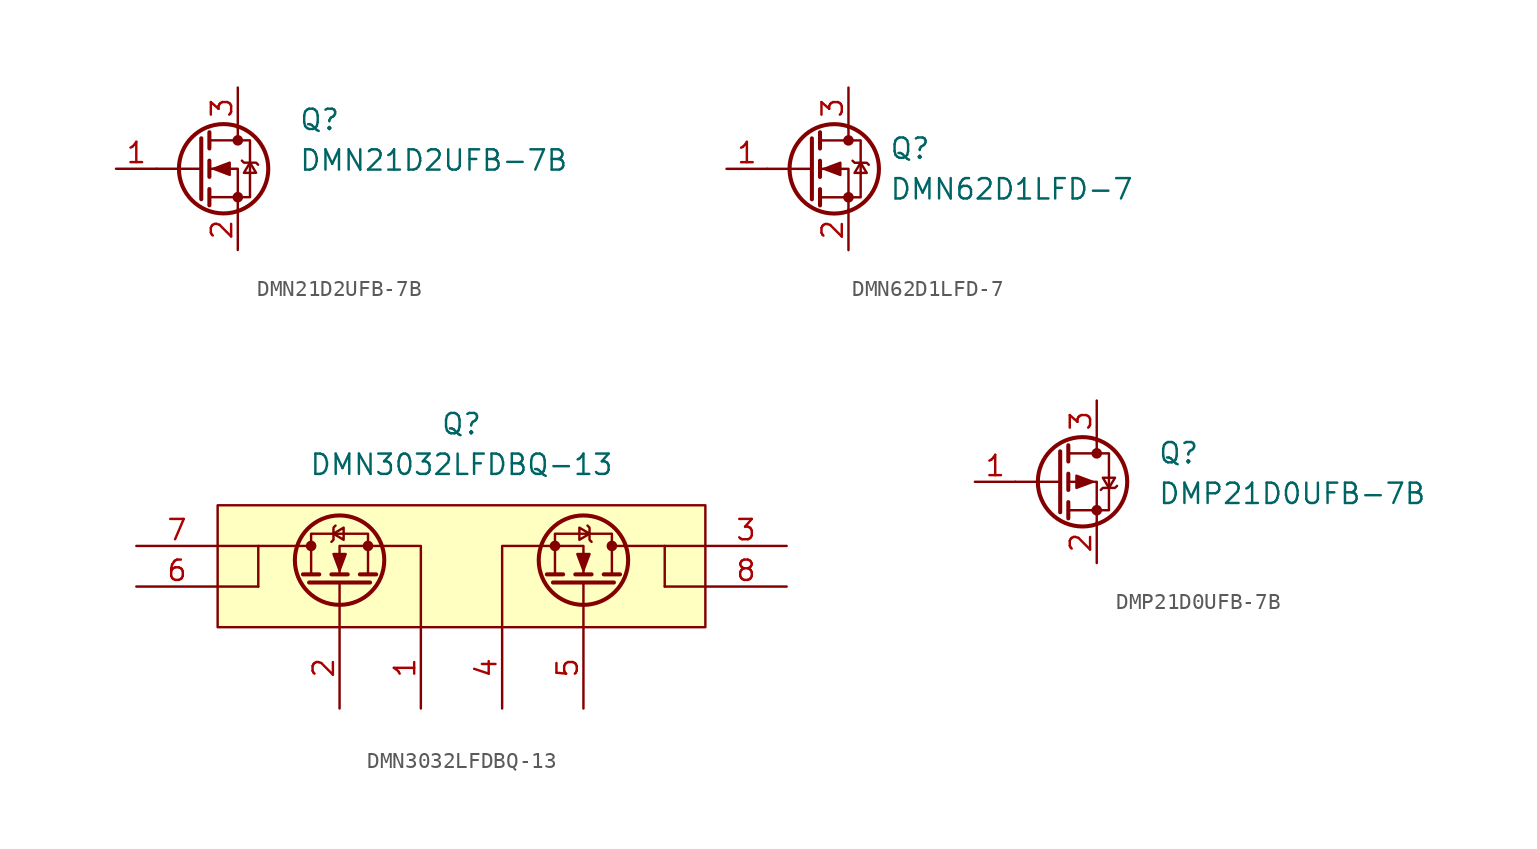
<source format=kicad_sym>
(kicad_symbol_lib
  (version 20241209)
  (generator "kicad_symbol_editor")
  (generator_version "9.0")
  (symbol "DMN21D2UFB-7B"
    (pin_names
      (hide yes))
    (property "Reference" "Q"
      (at 11.43 3.81 0)
      (effects (font (size 1.27 1.27)) (justify left top)))
    (property "Value" "DMN21D2UFB-7B"
      (at 11.43 1.27 0)
      (effects (font (size 1.27 1.27)) (justify left top)))
    (symbol "DMN21D2UFB-7B_0_1"
      (polyline (pts (xy 5.334 1.905) (xy 5.334 -1.905)) (stroke (width 0.254) (type default)) (fill (type none)))
      (polyline (pts (xy 5.334 0) (xy 2.54 0)) (stroke (width 0) (type default)) (fill (type none)))
      (polyline (pts (xy 5.842 2.286) (xy 5.842 1.27)) (stroke (width 0.254) (type default)) (fill (type none)))
      (polyline (pts (xy 5.842 0.508) (xy 5.842 -0.508)) (stroke (width 0.254) (type default)) (fill (type none)))
      (polyline (pts (xy 5.842 -1.27) (xy 5.842 -2.286)) (stroke (width 0.254) (type default)) (fill (type none)))
      (polyline (pts (xy 5.842 -1.778) (xy 8.382 -1.778) (xy 8.382 1.778) (xy 5.842 1.778)) (stroke (width 0) (type default)) (fill (type none)))
      (polyline (pts (xy 6.096 0) (xy 7.112 0.381) (xy 7.112 -0.381) (xy 6.096 0)) (stroke (width 0) (type default)) (fill (type outline)))
      (circle (center 6.731 0) (radius 2.794) (stroke (width 0.254) (type default)) (fill (type none)))
      (polyline (pts (xy 7.62 2.54) (xy 7.62 1.778)) (stroke (width 0) (type default)) (fill (type none)))
      (circle (center 7.62 1.778) (radius 0.254) (stroke (width 0) (type default)) (fill (type outline)))
      (circle (center 7.62 -1.778) (radius 0.254) (stroke (width 0) (type default)) (fill (type outline)))
      (polyline (pts (xy 7.62 -2.54) (xy 7.62 0) (xy 5.842 0)) (stroke (width 0) (type default)) (fill (type none)))
      (polyline (pts (xy 7.874 0.508) (xy 8.001 0.381) (xy 8.763 0.381) (xy 8.89 0.254)) (stroke (width 0) (type default)) (fill (type none)))
      (polyline (pts (xy 8.382 0.381) (xy 8.001 -0.254) (xy 8.763 -0.254) (xy 8.382 0.381)) (stroke (width 0) (type default)) (fill (type none))))
    (symbol "DMN21D2UFB-7B_1_1"
      (pin input line (at 0 0 0) (length 2.54) (name "G" (effects (font (size 1.27 1.27)))) (number "1" (effects (font (size 1.27 1.27)))))
      (pin passive line (at 7.62 5.08 270) (length 2.54) (name "D" (effects (font (size 1.27 1.27)))) (number "3" (effects (font (size 1.27 1.27)))))
      (pin passive line (at 7.62 -5.08 90) (length 2.54) (name "S" (effects (font (size 1.27 1.27)))) (number "2" (effects (font (size 1.27 1.27)))))))
  (symbol "DMN62D1LFD-7"
    (pin_names
      (hide yes))
    (property "Reference" "Q"
      (at 10.16 1.27 0)
      (effects (font (size 1.27 1.27)) (justify left)))
    (property "Value" "DMN62D1LFD-7"
      (at 10.16 -1.27 0)
      (effects (font (size 1.27 1.27)) (justify left)))
    (symbol "DMN62D1LFD-7_0_1"
      (polyline (pts (xy 5.334 1.905) (xy 5.334 -1.905)) (stroke (width 0.254) (type default)) (fill (type none)))
      (polyline (pts (xy 5.334 0) (xy 2.54 0)) (stroke (width 0) (type default)) (fill (type none)))
      (polyline (pts (xy 5.842 2.286) (xy 5.842 1.27)) (stroke (width 0.254) (type default)) (fill (type none)))
      (polyline (pts (xy 5.842 0.508) (xy 5.842 -0.508)) (stroke (width 0.254) (type default)) (fill (type none)))
      (polyline (pts (xy 5.842 -1.27) (xy 5.842 -2.286)) (stroke (width 0.254) (type default)) (fill (type none)))
      (polyline (pts (xy 5.842 -1.778) (xy 8.382 -1.778) (xy 8.382 1.778) (xy 5.842 1.778)) (stroke (width 0) (type default)) (fill (type none)))
      (polyline (pts (xy 6.096 0) (xy 7.112 0.381) (xy 7.112 -0.381) (xy 6.096 0)) (stroke (width 0) (type default)) (fill (type outline)))
      (circle (center 6.731 0) (radius 2.794) (stroke (width 0.254) (type default)) (fill (type none)))
      (polyline (pts (xy 7.62 2.54) (xy 7.62 1.778)) (stroke (width 0) (type default)) (fill (type none)))
      (circle (center 7.62 1.778) (radius 0.254) (stroke (width 0) (type default)) (fill (type outline)))
      (circle (center 7.62 -1.778) (radius 0.254) (stroke (width 0) (type default)) (fill (type outline)))
      (polyline (pts (xy 7.62 -2.54) (xy 7.62 0) (xy 5.842 0)) (stroke (width 0) (type default)) (fill (type none)))
      (polyline (pts (xy 7.874 0.508) (xy 8.001 0.381) (xy 8.763 0.381) (xy 8.89 0.254)) (stroke (width 0) (type default)) (fill (type none)))
      (polyline (pts (xy 8.382 0.381) (xy 8.001 -0.254) (xy 8.763 -0.254) (xy 8.382 0.381)) (stroke (width 0) (type default)) (fill (type none))))
    (symbol "DMN62D1LFD-7_1_1"
      (pin input line (at 0 0 0) (length 2.54) (name "G" (effects (font (size 1.27 1.27)))) (number "1" (effects (font (size 1.27 1.27)))))
      (pin passive line (at 7.62 5.08 270) (length 2.54) (name "D" (effects (font (size 1.27 1.27)))) (number "3" (effects (font (size 1.27 1.27)))))
      (pin passive line (at 7.62 5.08 270) (length 2.54) (hide yes) (name "D" (effects (font (size 1.27 1.27)))) (number "4" (effects (font (size 1.27 1.27)))))
      (pin passive line (at 7.62 -5.08 90) (length 2.54) (name "S" (effects (font (size 1.27 1.27)))) (number "2" (effects (font (size 1.27 1.27)))))))
  (symbol "DMN3032LFDBQ-13"
    (pin_names
      (hide yes))
    (property "Reference" "Q"
      (at 0 7.62 0)
      (effects (font (size 1.27 1.27))))
    (property "Value" "DMN3032LFDBQ-13"
      (at 0 5.08 0)
      (effects (font (size 1.27 1.27))))
    (symbol "DMN3032LFDBQ-13_0_1"
      (polyline (pts (xy -15.24 0) (xy -12.7 0)) (stroke (width 0) (type default)) (fill (type none)))
      (polyline (pts (xy -15.24 -2.54) (xy -12.7 -2.54)) (stroke (width 0) (type default)) (fill (type none)))
      (polyline (pts (xy -10.16 0) (xy -9.398 0)) (stroke (width 0) (type default)) (fill (type none)))
      (polyline (pts (xy -10.16 0) (xy -12.7 0) (xy -12.7 -2.54)) (stroke (width 0) (type default)) (fill (type none)))
      (polyline (pts (xy -9.906 -1.778) (xy -8.89 -1.778)) (stroke (width 0.254) (type default)) (fill (type none)))
      (polyline (pts (xy -9.525 -2.286) (xy -5.715 -2.286)) (stroke (width 0.254) (type default)) (fill (type none)))
      (circle (center -9.398 0) (radius 0.254) (stroke (width 0) (type default)) (fill (type outline)))
      (polyline (pts (xy -8.128 0.254) (xy -8.001 0.381) (xy -8.001 1.143) (xy -7.874 1.27)) (stroke (width 0) (type default)) (fill (type none)))
      (polyline (pts (xy -8.128 -1.778) (xy -7.112 -1.778)) (stroke (width 0.254) (type default)) (fill (type none)))
      (polyline (pts (xy -8.001 0.762) (xy -7.366 0.381) (xy -7.366 1.143) (xy -8.001 0.762)) (stroke (width 0) (type default)) (fill (type none)))
      (circle (center -7.62 -0.889) (radius 2.794) (stroke (width 0.254) (type default)) (fill (type none)))
      (polyline (pts (xy -7.62 -1.524) (xy -8.001 -0.508) (xy -7.239 -0.508) (xy -7.62 -1.524)) (stroke (width 0) (type default)) (fill (type outline)))
      (polyline (pts (xy -7.62 -2.286) (xy -7.62 -5.08)) (stroke (width 0) (type default)) (fill (type none)))
      (polyline (pts (xy -6.35 -1.778) (xy -5.334 -1.778)) (stroke (width 0.254) (type default)) (fill (type none)))
      (circle (center -5.842 0) (radius 0.254) (stroke (width 0) (type default)) (fill (type outline)))
      (polyline (pts (xy -5.842 -1.778) (xy -5.842 0.762) (xy -9.398 0.762) (xy -9.398 -1.778)) (stroke (width 0) (type default)) (fill (type none)))
      (polyline (pts (xy -5.08 0) (xy -7.62 0) (xy -7.62 -1.778)) (stroke (width 0) (type default)) (fill (type none)))
      (polyline (pts (xy -2.54 -5.08) (xy -2.54 0) (xy -5.08 0)) (stroke (width 0) (type default)) (fill (type none)))
      (polyline (pts (xy 2.54 -5.08) (xy 2.54 0) (xy 5.08 0)) (stroke (width 0) (type default)) (fill (type none)))
      (polyline (pts (xy 5.08 0) (xy 7.62 0) (xy 7.62 -1.778)) (stroke (width 0) (type default)) (fill (type none)))
      (circle (center 5.842 0) (radius 0.254) (stroke (width 0) (type default)) (fill (type outline)))
      (polyline (pts (xy 5.842 -1.778) (xy 5.842 0.762) (xy 9.398 0.762) (xy 9.398 -1.778)) (stroke (width 0) (type default)) (fill (type none)))
      (polyline (pts (xy 6.35 -1.778) (xy 5.334 -1.778)) (stroke (width 0.254) (type default)) (fill (type none)))
      (circle (center 7.62 -0.889) (radius 2.794) (stroke (width 0.254) (type default)) (fill (type none)))
      (polyline (pts (xy 7.62 -1.524) (xy 8.001 -0.508) (xy 7.239 -0.508) (xy 7.62 -1.524)) (stroke (width 0) (type default)) (fill (type outline)))
      (polyline (pts (xy 7.62 -2.286) (xy 7.62 -5.08)) (stroke (width 0) (type default)) (fill (type none)))
      (polyline (pts (xy 8.001 0.762) (xy 7.366 0.381) (xy 7.366 1.143) (xy 8.001 0.762)) (stroke (width 0) (type default)) (fill (type none)))
      (polyline (pts (xy 8.128 0.254) (xy 8.001 0.381) (xy 8.001 1.143) (xy 7.874 1.27)) (stroke (width 0) (type default)) (fill (type none)))
      (polyline (pts (xy 8.128 -1.778) (xy 7.112 -1.778)) (stroke (width 0.254) (type default)) (fill (type none)))
      (circle (center 9.398 0) (radius 0.254) (stroke (width 0) (type default)) (fill (type outline)))
      (polyline (pts (xy 9.525 -2.286) (xy 5.715 -2.286)) (stroke (width 0.254) (type default)) (fill (type none)))
      (polyline (pts (xy 9.906 -1.778) (xy 8.89 -1.778)) (stroke (width 0.254) (type default)) (fill (type none)))
      (polyline (pts (xy 10.16 0) (xy 9.398 0)) (stroke (width 0) (type default)) (fill (type none)))
      (polyline (pts (xy 10.16 0) (xy 12.7 0) (xy 12.7 -2.54)) (stroke (width 0) (type default)) (fill (type none)))
      (polyline (pts (xy 15.24 0) (xy 12.7 0)) (stroke (width 0) (type default)) (fill (type none)))
      (polyline (pts (xy 15.24 -2.54) (xy 12.7 -2.54)) (stroke (width 0) (type default)) (fill (type none))))
    (symbol "DMN3032LFDBQ-13_1_1"
      (rectangle (start -15.24 2.54) (end 15.24 -5.08) (stroke (width 0) (type solid)) (fill (type background)))
      (pin passive line (at -20.32 0 0) (length 5.08) (name "D1_2" (effects (font (size 1.27 1.27)))) (number "7" (effects (font (size 1.27 1.27)))))
      (pin passive line (at -20.32 -2.54 0) (length 5.08) (name "D1_1" (effects (font (size 1.27 1.27)))) (number "6" (effects (font (size 1.27 1.27)))))
      (pin passive line (at -7.62 -10.16 90) (length 5.08) (name "G1" (effects (font (size 1.27 1.27)))) (number "2" (effects (font (size 1.27 1.27)))))
      (pin passive line (at -2.54 -10.16 90) (length 5.08) (name "S1" (effects (font (size 1.27 1.27)))) (number "1" (effects (font (size 1.27 1.27)))))
      (pin passive line (at 2.54 -10.16 90) (length 5.08) (name "S2" (effects (font (size 1.27 1.27)))) (number "4" (effects (font (size 1.27 1.27)))))
      (pin passive line (at 7.62 -10.16 90) (length 5.08) (name "G2" (effects (font (size 1.27 1.27)))) (number "5" (effects (font (size 1.27 1.27)))))
      (pin passive line (at 20.32 0 180) (length 5.08) (name "D2_1" (effects (font (size 1.27 1.27)))) (number "3" (effects (font (size 1.27 1.27)))))
      (pin passive line (at 20.32 -2.54 180) (length 5.08) (name "D2_2" (effects (font (size 1.27 1.27)))) (number "8" (effects (font (size 1.27 1.27)))))))
  (symbol "DMP21D0UFB-7B"
    (pin_names
      (hide yes))
    (property "Reference" "Q"
      (at 3.81 2.54 0)
      (effects (font (size 1.27 1.27)) (justify left top)))
    (property "Value" "DMP21D0UFB-7B"
      (at 3.81 0 0)
      (effects (font (size 1.27 1.27)) (justify left top)))
    (symbol "DMP21D0UFB-7B_0_1"
      (polyline (pts (xy -2.286 1.905) (xy -2.286 -1.905)) (stroke (width 0.254) (type default)) (fill (type none)))
      (polyline (pts (xy -2.286 0) (xy -5.08 0)) (stroke (width 0) (type default)) (fill (type none)))
      (polyline (pts (xy -1.778 2.286) (xy -1.778 1.27)) (stroke (width 0.254) (type default)) (fill (type none)))
      (polyline (pts (xy -1.778 1.778) (xy 0.762 1.778) (xy 0.762 -1.778) (xy -1.778 -1.778)) (stroke (width 0) (type default)) (fill (type none)))
      (polyline (pts (xy -1.778 0.508) (xy -1.778 -0.508)) (stroke (width 0.254) (type default)) (fill (type none)))
      (polyline (pts (xy -1.778 -1.27) (xy -1.778 -2.286)) (stroke (width 0.254) (type default)) (fill (type none)))
      (circle (center -0.889 0) (radius 2.794) (stroke (width 0.254) (type default)) (fill (type none)))
      (polyline (pts (xy -0.254 0) (xy -1.27 0.381) (xy -1.27 -0.381) (xy -0.254 0)) (stroke (width 0) (type default)) (fill (type outline)))
      (polyline (pts (xy 0 2.54) (xy 0 1.778)) (stroke (width 0) (type default)) (fill (type none)))
      (circle (center 0 1.778) (radius 0.254) (stroke (width 0) (type default)) (fill (type outline)))
      (circle (center 0 -1.778) (radius 0.254) (stroke (width 0) (type default)) (fill (type outline)))
      (polyline (pts (xy 0 -2.54) (xy 0 0) (xy -1.778 0)) (stroke (width 0) (type default)) (fill (type none)))
      (polyline (pts (xy 0.254 -0.508) (xy 0.381 -0.381) (xy 1.143 -0.381) (xy 1.27 -0.254)) (stroke (width 0) (type default)) (fill (type none)))
      (polyline (pts (xy 0.762 -0.381) (xy 0.381 0.254) (xy 1.143 0.254) (xy 0.762 -0.381)) (stroke (width 0) (type default)) (fill (type none))))
    (symbol "DMP21D0UFB-7B_1_1"
      (pin input line (at -7.62 0 0) (length 2.54) (name "G" (effects (font (size 1.27 1.27)))) (number "1" (effects (font (size 1.27 1.27)))))
      (pin passive line (at 0 5.08 270) (length 2.54) (name "D" (effects (font (size 1.27 1.27)))) (number "3" (effects (font (size 1.27 1.27)))))
      (pin passive line (at 0 -5.08 90) (length 2.54) (name "S" (effects (font (size 1.27 1.27)))) (number "2" (effects (font (size 1.27 1.27))))))))
</source>
